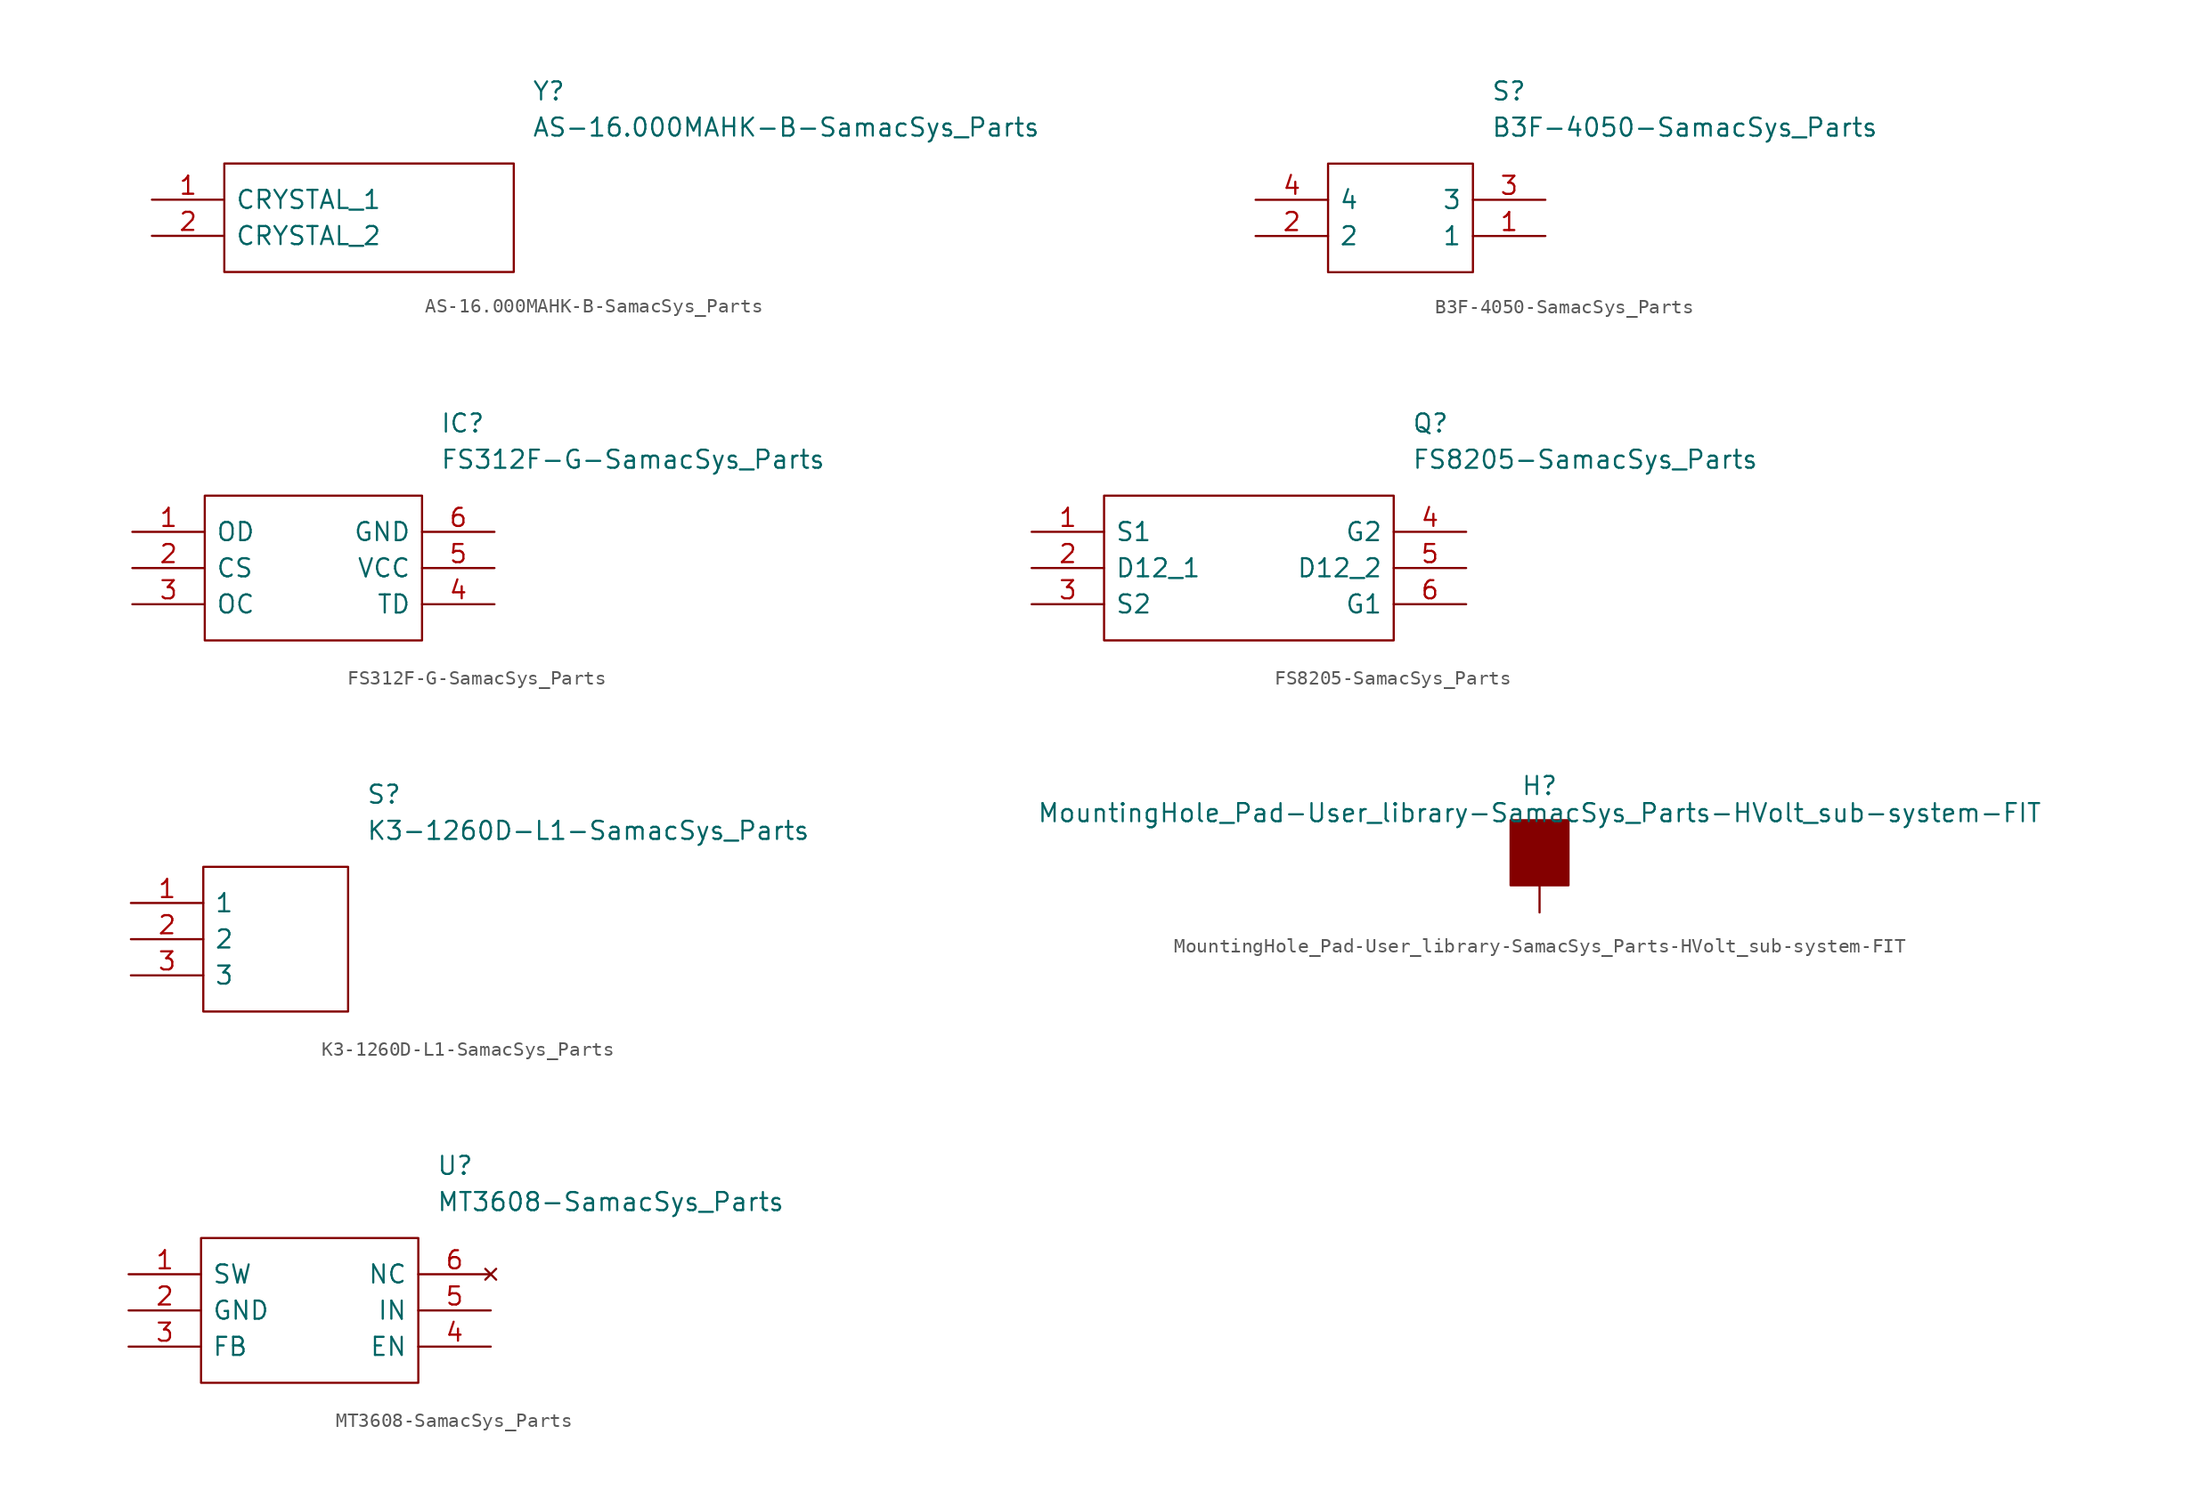
<source format=kicad_sym>
(kicad_symbol_lib
  (version 20220914)
  (generator kicad_symbol_editor)
  (symbol "AS-16.000MAHK-B-SamacSys_Parts"
    (pin_names
      (offset 0.762))
    (property "Reference" "Y"
      (at 26.67 7.62 0)
      (effects (font (size 1.27 1.27)) (justify left)))
    (property "Value" "AS-16.000MAHK-B-SamacSys_Parts"
      (at 26.67 5.08 0)
      (effects (font (size 1.27 1.27)) (justify left)))
    (symbol "AS-16.000MAHK-B-SamacSys_Parts_0_0"
      (pin passive line (at 0 0 0) (length 5.08) (name "CRYSTAL_1" (effects (font (size 1.27 1.27)))) (number "1" (effects (font (size 1.27 1.27)))))
      (pin passive line (at 0 -2.54 0) (length 5.08) (name "CRYSTAL_2" (effects (font (size 1.27 1.27)))) (number "2" (effects (font (size 1.27 1.27))))))
    (symbol "AS-16.000MAHK-B-SamacSys_Parts_0_1"
      (polyline (pts (xy 5.08 2.54) (xy 25.4 2.54) (xy 25.4 -5.08) (xy 5.08 -5.08) (xy 5.08 2.54)) (stroke (width 0.152) (type solid)) (fill (type none)))))
  (symbol "B3F-4050-SamacSys_Parts"
    (pin_names
      (offset 0.762))
    (property "Reference" "S"
      (at 16.51 7.62 0)
      (effects (font (size 1.27 1.27)) (justify left)))
    (property "Value" "B3F-4050-SamacSys_Parts"
      (at 16.51 5.08 0)
      (effects (font (size 1.27 1.27)) (justify left)))
    (symbol "B3F-4050-SamacSys_Parts_0_0"
      (pin passive line (at 20.32 -2.54 180) (length 5.08) (name "1" (effects (font (size 1.27 1.27)))) (number "1" (effects (font (size 1.27 1.27)))))
      (pin passive line (at 0 -2.54 0) (length 5.08) (name "2" (effects (font (size 1.27 1.27)))) (number "2" (effects (font (size 1.27 1.27)))))
      (pin passive line (at 20.32 0 180) (length 5.08) (name "3" (effects (font (size 1.27 1.27)))) (number "3" (effects (font (size 1.27 1.27)))))
      (pin passive line (at 0 0 0) (length 5.08) (name "4" (effects (font (size 1.27 1.27)))) (number "4" (effects (font (size 1.27 1.27))))))
    (symbol "B3F-4050-SamacSys_Parts_0_1"
      (polyline (pts (xy 5.08 2.54) (xy 15.24 2.54) (xy 15.24 -5.08) (xy 5.08 -5.08) (xy 5.08 2.54)) (stroke (width 0.152) (type solid)) (fill (type none)))))
  (symbol "FS312F-G-SamacSys_Parts"
    (pin_names
      (offset 0.762))
    (property "Reference" "IC"
      (at 21.59 7.62 0)
      (effects (font (size 1.27 1.27)) (justify left)))
    (property "Value" "FS312F-G-SamacSys_Parts"
      (at 21.59 5.08 0)
      (effects (font (size 1.27 1.27)) (justify left)))
    (symbol "FS312F-G-SamacSys_Parts_0_0"
      (pin passive line (at 0 0 0) (length 5.08) (name "OD" (effects (font (size 1.27 1.27)))) (number "1" (effects (font (size 1.27 1.27)))))
      (pin passive line (at 0 -2.54 0) (length 5.08) (name "CS" (effects (font (size 1.27 1.27)))) (number "2" (effects (font (size 1.27 1.27)))))
      (pin passive line (at 0 -5.08 0) (length 5.08) (name "OC" (effects (font (size 1.27 1.27)))) (number "3" (effects (font (size 1.27 1.27)))))
      (pin passive line (at 25.4 -5.08 180) (length 5.08) (name "TD" (effects (font (size 1.27 1.27)))) (number "4" (effects (font (size 1.27 1.27)))))
      (pin passive line (at 25.4 -2.54 180) (length 5.08) (name "VCC" (effects (font (size 1.27 1.27)))) (number "5" (effects (font (size 1.27 1.27)))))
      (pin passive line (at 25.4 0 180) (length 5.08) (name "GND" (effects (font (size 1.27 1.27)))) (number "6" (effects (font (size 1.27 1.27))))))
    (symbol "FS312F-G-SamacSys_Parts_0_1"
      (polyline (pts (xy 5.08 2.54) (xy 20.32 2.54) (xy 20.32 -7.62) (xy 5.08 -7.62) (xy 5.08 2.54)) (stroke (width 0.152) (type solid)) (fill (type none)))))
  (symbol "FS8205-SamacSys_Parts"
    (pin_names
      (offset 0.762))
    (property "Reference" "Q"
      (at 26.67 7.62 0)
      (effects (font (size 1.27 1.27)) (justify left)))
    (property "Value" "FS8205-SamacSys_Parts"
      (at 26.67 5.08 0)
      (effects (font (size 1.27 1.27)) (justify left)))
    (symbol "FS8205-SamacSys_Parts_0_0"
      (pin passive line (at 0 0 0) (length 5.08) (name "S1" (effects (font (size 1.27 1.27)))) (number "1" (effects (font (size 1.27 1.27)))))
      (pin passive line (at 0 -2.54 0) (length 5.08) (name "D12_1" (effects (font (size 1.27 1.27)))) (number "2" (effects (font (size 1.27 1.27)))))
      (pin passive line (at 0 -5.08 0) (length 5.08) (name "S2" (effects (font (size 1.27 1.27)))) (number "3" (effects (font (size 1.27 1.27)))))
      (pin passive line (at 30.48 0 180) (length 5.08) (name "G2" (effects (font (size 1.27 1.27)))) (number "4" (effects (font (size 1.27 1.27)))))
      (pin passive line (at 30.48 -2.54 180) (length 5.08) (name "D12_2" (effects (font (size 1.27 1.27)))) (number "5" (effects (font (size 1.27 1.27)))))
      (pin passive line (at 30.48 -5.08 180) (length 5.08) (name "G1" (effects (font (size 1.27 1.27)))) (number "6" (effects (font (size 1.27 1.27))))))
    (symbol "FS8205-SamacSys_Parts_0_1"
      (polyline (pts (xy 5.08 2.54) (xy 25.4 2.54) (xy 25.4 -7.62) (xy 5.08 -7.62) (xy 5.08 2.54)) (stroke (width 0.152) (type solid)) (fill (type none)))))
  (symbol "K3-1260D-L1-SamacSys_Parts"
    (pin_names
      (offset 0.762))
    (property "Reference" "S"
      (at 16.51 7.62 0)
      (effects (font (size 1.27 1.27)) (justify left)))
    (property "Value" "K3-1260D-L1-SamacSys_Parts"
      (at 16.51 5.08 0)
      (effects (font (size 1.27 1.27)) (justify left)))
    (symbol "K3-1260D-L1-SamacSys_Parts_0_0"
      (pin passive line (at 0 0 0) (length 5.08) (name "1" (effects (font (size 1.27 1.27)))) (number "1" (effects (font (size 1.27 1.27)))))
      (pin passive line (at 0 -2.54 0) (length 5.08) (name "2" (effects (font (size 1.27 1.27)))) (number "2" (effects (font (size 1.27 1.27)))))
      (pin passive line (at 0 -5.08 0) (length 5.08) (name "3" (effects (font (size 1.27 1.27)))) (number "3" (effects (font (size 1.27 1.27))))))
    (symbol "K3-1260D-L1-SamacSys_Parts_0_1"
      (polyline (pts (xy 5.08 2.54) (xy 15.24 2.54) (xy 15.24 -7.62) (xy 5.08 -7.62) (xy 5.08 2.54)) (stroke (width 0.152) (type solid)) (fill (type none)))))
  (symbol "MountingHole_Pad-User_library-SamacSys_Parts-HVolt_sub-system-FIT"
    (pin_numbers hide)
    (pin_names
      (offset 1.016) hide)
    (property "Reference" "H"
      (at 0 6.35 0)
      (effects (font (size 1.27 1.27))))
    (property "Value" "MountingHole_Pad-User_library-SamacSys_Parts-HVolt_sub-system-FIT"
      (at 0 4.445 0)
      (effects (font (size 1.27 1.27))))
    (symbol "MountingHole_Pad-User_library-SamacSys_Parts-HVolt_sub-system-FIT_0_1"
      (circle (center 0 1.27) (radius 1.27) (stroke (width 1.27) (type solid)) (fill (type none)))
      (rectangle (start 2.032 -0.635) (end -2.032 3.937) (stroke (width 0) (type solid)) (fill (type outline))))
    (symbol "MountingHole_Pad-User_library-SamacSys_Parts-HVolt_sub-system-FIT_1_1"
      (pin input line (at 0 -2.54 90) (length 2.54) (name "1" (effects (font (size 1.27 1.27)))) (number "1" (effects (font (size 1.27 1.27)))))))
  (symbol "MT3608-SamacSys_Parts"
    (pin_names
      (offset 0.762))
    (property "Reference" "U"
      (at 21.59 7.62 0)
      (effects (font (size 1.27 1.27)) (justify left)))
    (property "Value" "MT3608-SamacSys_Parts"
      (at 21.59 5.08 0)
      (effects (font (size 1.27 1.27)) (justify left)))
    (symbol "MT3608-SamacSys_Parts_0_0"
      (pin passive line (at 0 0 0) (length 5.08) (name "SW" (effects (font (size 1.27 1.27)))) (number "1" (effects (font (size 1.27 1.27)))))
      (pin passive line (at 0 -2.54 0) (length 5.08) (name "GND" (effects (font (size 1.27 1.27)))) (number "2" (effects (font (size 1.27 1.27)))))
      (pin passive line (at 0 -5.08 0) (length 5.08) (name "FB" (effects (font (size 1.27 1.27)))) (number "3" (effects (font (size 1.27 1.27)))))
      (pin passive line (at 25.4 -5.08 180) (length 5.08) (name "EN" (effects (font (size 1.27 1.27)))) (number "4" (effects (font (size 1.27 1.27)))))
      (pin passive line (at 25.4 -2.54 180) (length 5.08) (name "IN" (effects (font (size 1.27 1.27)))) (number "5" (effects (font (size 1.27 1.27)))))
      (pin no_connect line (at 25.4 0 180) (length 5.08) (name "NC" (effects (font (size 1.27 1.27)))) (number "6" (effects (font (size 1.27 1.27))))))
    (symbol "MT3608-SamacSys_Parts_0_1"
      (polyline (pts (xy 5.08 2.54) (xy 20.32 2.54) (xy 20.32 -7.62) (xy 5.08 -7.62) (xy 5.08 2.54)) (stroke (width 0.152) (type solid)) (fill (type none))))))
</source>
